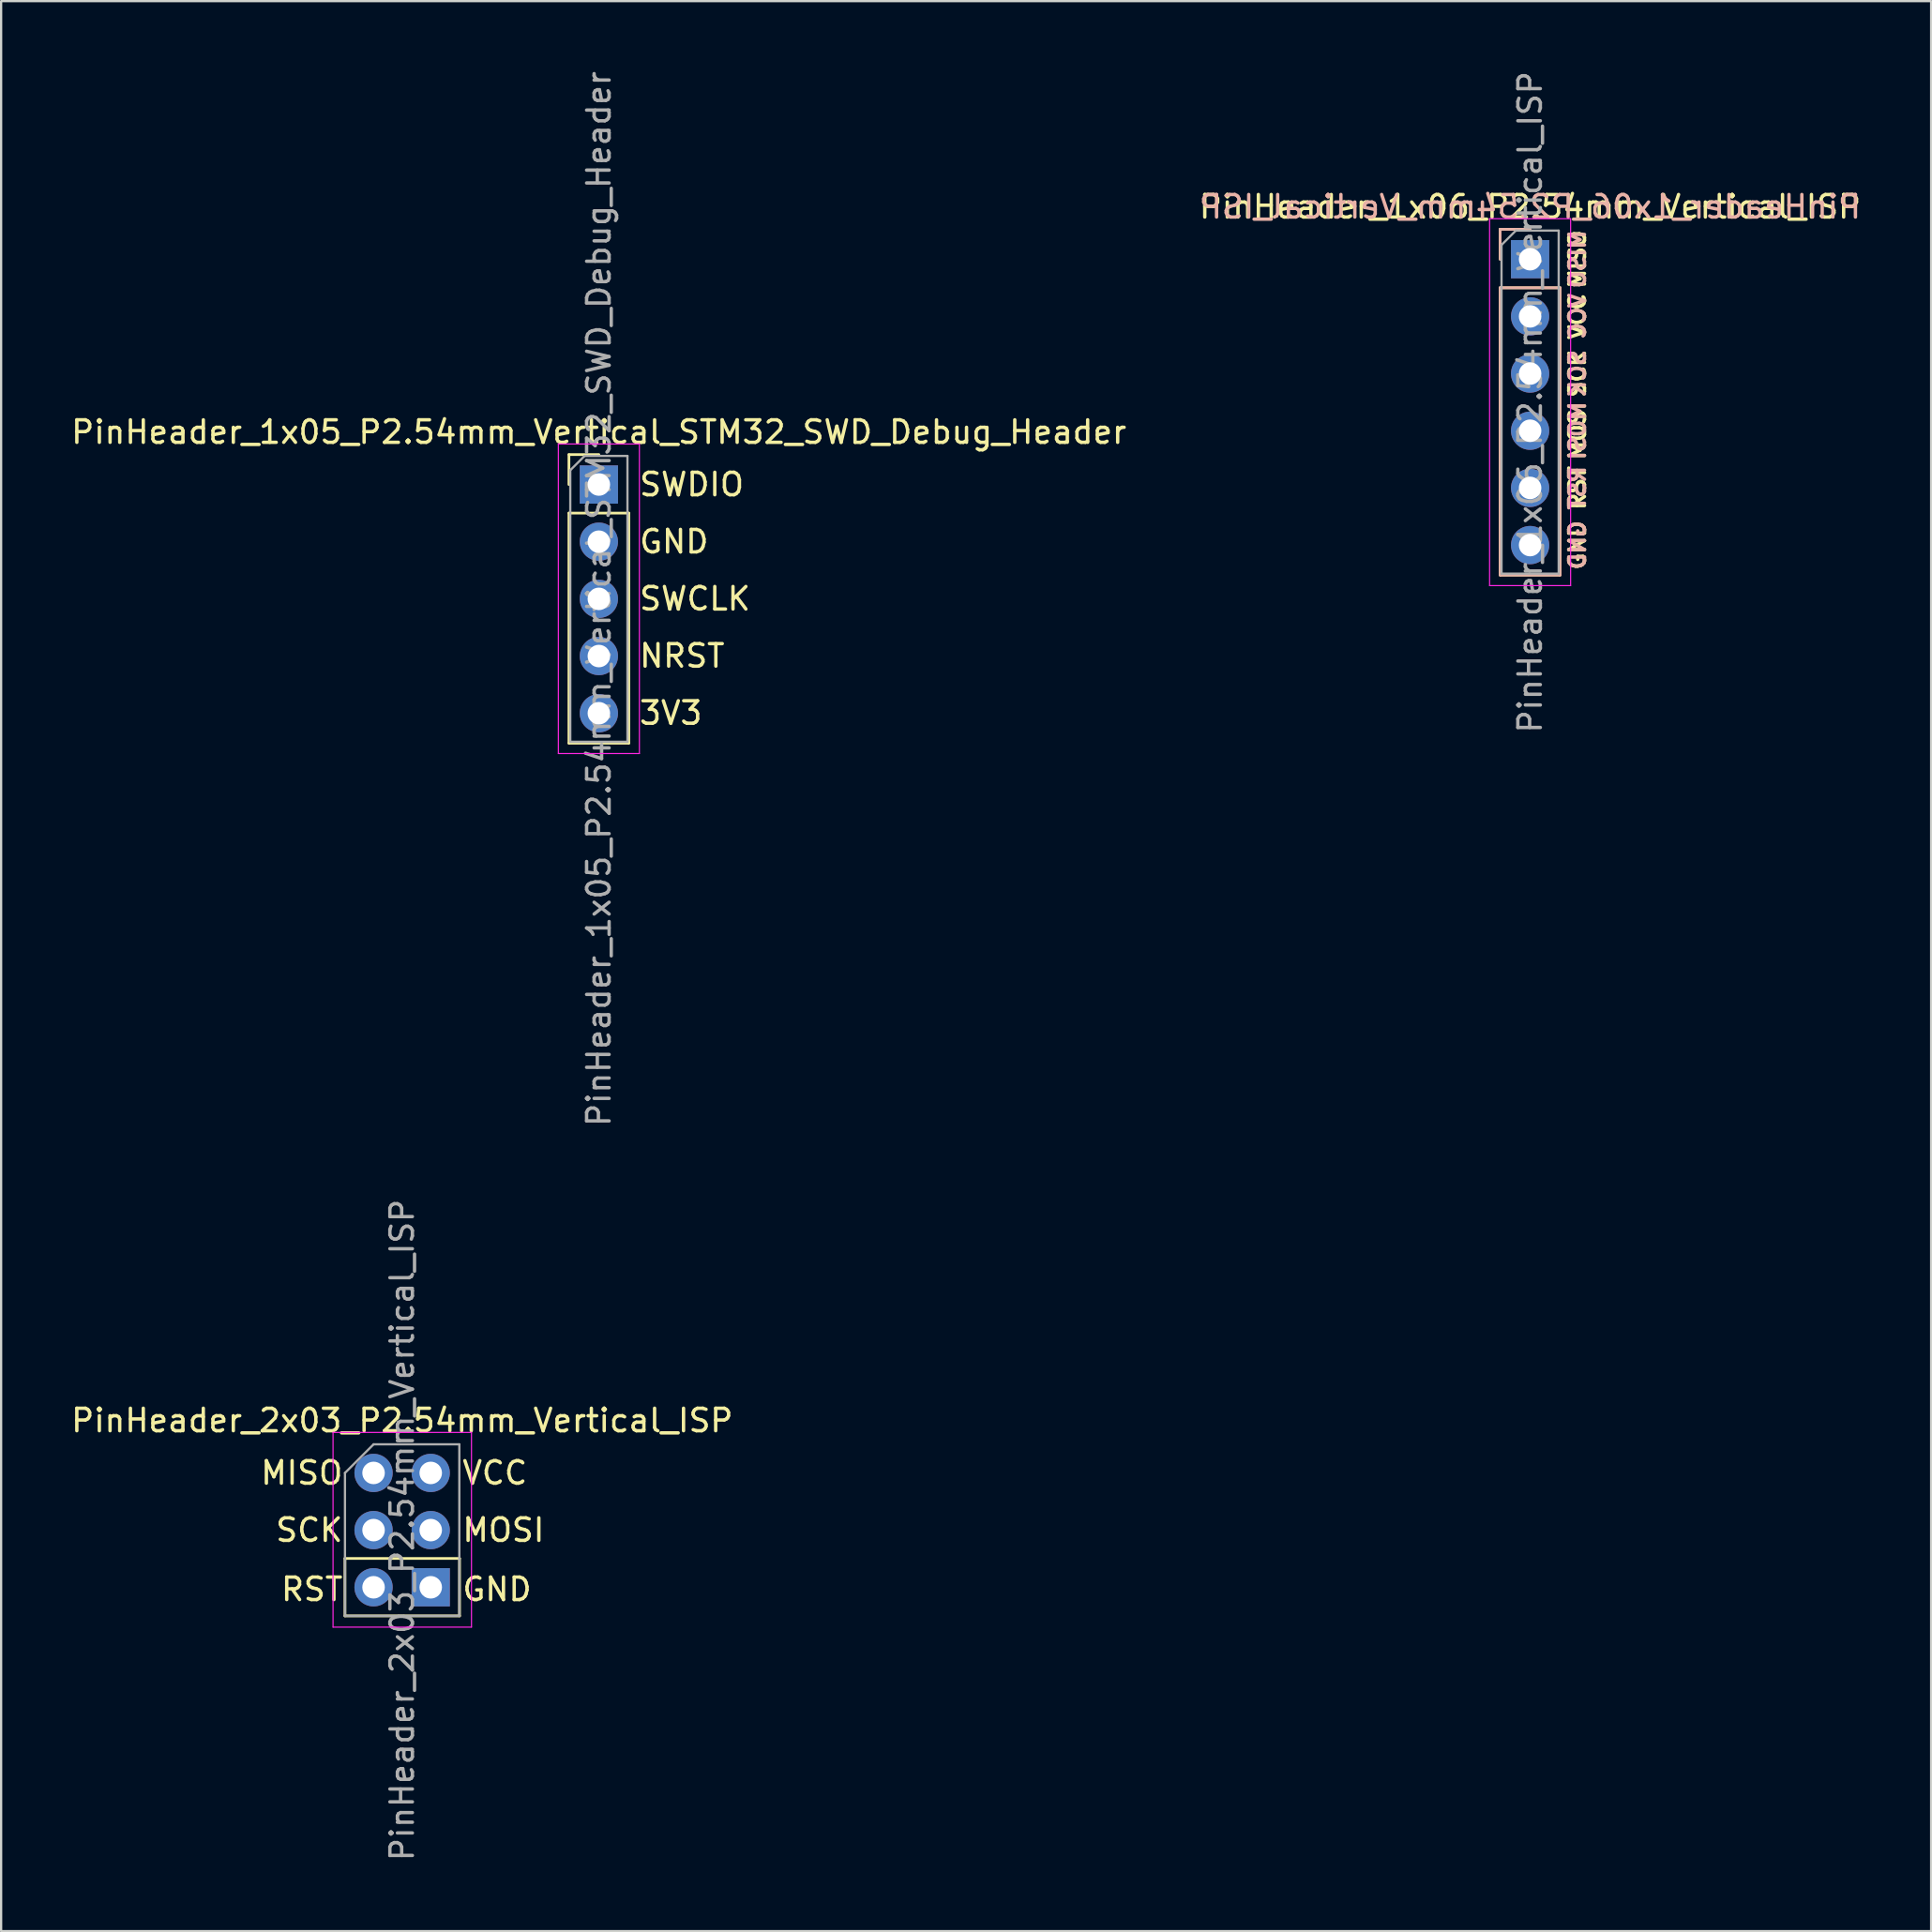
<source format=kicad_pcb>
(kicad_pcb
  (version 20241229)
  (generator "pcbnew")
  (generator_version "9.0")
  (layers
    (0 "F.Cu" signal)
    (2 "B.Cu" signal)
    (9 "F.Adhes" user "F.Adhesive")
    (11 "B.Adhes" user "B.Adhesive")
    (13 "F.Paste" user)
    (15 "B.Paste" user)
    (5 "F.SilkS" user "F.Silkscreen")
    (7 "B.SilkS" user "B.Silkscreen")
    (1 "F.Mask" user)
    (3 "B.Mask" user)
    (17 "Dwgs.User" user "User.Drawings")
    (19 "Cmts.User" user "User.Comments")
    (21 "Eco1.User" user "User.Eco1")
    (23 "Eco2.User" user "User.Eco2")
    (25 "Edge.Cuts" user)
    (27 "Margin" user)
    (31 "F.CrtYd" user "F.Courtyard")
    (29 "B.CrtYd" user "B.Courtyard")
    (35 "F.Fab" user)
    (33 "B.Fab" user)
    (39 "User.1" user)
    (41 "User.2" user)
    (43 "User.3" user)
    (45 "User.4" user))
  (footprint "PinHeader_2x03_P2.54mm_Vertical_ISP"
    (layer "F.Cu")
    (at 13.545 62.383)
    (property "Reference" "PinHeader_2x03_P2.54mm_Vertical_ISP" (at 1.27 -2.33 0) (layer "F.SilkS") (effects (font (size 1 1) (thickness 0.15))))
    (attr through_hole)
    (fp_line (start -1.27 3.8) (end 3.82 3.8) (stroke (width 0.12) (type solid)) (layer "F.SilkS"))
    (fp_line (start -1.27 6.35) (end -1.27 3.8) (stroke (width 0.12) (type solid)) (layer "F.SilkS"))
    (fp_line (start 3.82 3.8) (end 3.82 6.35) (stroke (width 0.12) (type solid)) (layer "F.SilkS"))
    (fp_line (start 3.82 6.35) (end -1.27 6.35) (stroke (width 0.12) (type solid)) (layer "F.SilkS"))
    (fp_line (start -1.8 -1.8) (end -1.8 6.85) (stroke (width 0.05) (type solid)) (layer "F.CrtYd"))
    (fp_line (start -1.8 6.85) (end 4.35 6.85) (stroke (width 0.05) (type solid)) (layer "F.CrtYd"))
    (fp_line (start 4.35 -1.8) (end -1.8 -1.8) (stroke (width 0.05) (type solid)) (layer "F.CrtYd"))
    (fp_line (start 4.35 6.85) (end 4.35 -1.8) (stroke (width 0.05) (type solid)) (layer "F.CrtYd"))
    (fp_line (start -1.27 0) (end 0 -1.27) (stroke (width 0.1) (type solid)) (layer "F.Fab"))
    (fp_line (start -1.27 6.35) (end -1.27 0) (stroke (width 0.1) (type solid)) (layer "F.Fab"))
    (fp_line (start 0 -1.27) (end 3.81 -1.27) (stroke (width 0.1) (type solid)) (layer "F.Fab"))
    (fp_line (start 3.81 -1.27) (end 3.81 6.35) (stroke (width 0.1) (type solid)) (layer "F.Fab"))
    (fp_line (start 3.81 6.35) (end -1.27 6.35) (stroke (width 0.1) (type solid)) (layer "F.Fab"))
    (fp_text user "MISO" (at -3.19 0 0) (layer "F.SilkS") (effects (font (size 1 1) (thickness 0.15))))
    (fp_text user "MOSI" (at 5.771 2.54 0) (layer "F.SilkS") (effects (font (size 1 1) (thickness 0.15))))
    (fp_text user "RST" (at -2.738 5.17 0) (layer "F.SilkS") (effects (font (size 1 1) (thickness 0.15))))
    (fp_text user "SCK" (at -2.857 2.54 0) (layer "F.SilkS") (effects (font (size 1 1) (thickness 0.15))))
    (fp_text user "GND" (at 5.485 5.17 0) (layer "F.SilkS") (effects (font (size 1 1) (thickness 0.15))))
    (fp_text user "VCC" (at 5.39 0 0) (layer "F.SilkS") (effects (font (size 1 1) (thickness 0.15))))
    (fp_text user "${REFERENCE}" (at 1.27 2.54 90) (layer "F.Fab") (effects (font (size 1 1) (thickness 0.15))))
    (pad "1" thru_hole circle (at 0 0) (size 1.7 1.7) (drill 1) (layers "*.Cu" "F.Mask"))
    (pad "2" thru_hole oval (at 2.54 0) (size 1.7 1.7) (drill 1) (layers "*.Cu" "F.Mask"))
    (pad "3" thru_hole oval (at 0 2.54) (size 1.7 1.7) (drill 1) (layers "*.Cu" "F.Mask"))
    (pad "4" thru_hole oval (at 2.54 2.54) (size 1.7 1.7) (drill 1) (layers "*.Cu" "F.Mask"))
    (pad "5" thru_hole oval (at 0 5.08) (size 1.7 1.7) (drill 1) (layers "*.Cu" "F.Mask"))
    (pad "6" thru_hole rect (at 2.54 5.08) (size 1.7 1.7) (drill 1) (layers "*.Cu" "F.Mask")))
  (footprint "PinHeader_1x05_P2.54mm_Vertical_STM32_SWD_Debug_Header"
    (layer "F.Cu")
    (at 23.554 18.474)
    (property "Reference" "PinHeader_1x05_P2.54mm_Vertical_STM32_SWD_Debug_Header" (at 0 -2.33 0) (layer "F.SilkS") (effects (font (size 1 1) (thickness 0.15))))
    (attr through_hole)
    (fp_line (start -1.33 -1.33) (end 0 -1.33) (stroke (width 0.12) (type solid)) (layer "F.SilkS"))
    (fp_line (start -1.33 0) (end -1.33 -1.33) (stroke (width 0.12) (type solid)) (layer "F.SilkS"))
    (fp_line (start -1.33 1.27) (end -1.33 11.49) (stroke (width 0.12) (type solid)) (layer "F.SilkS"))
    (fp_line (start -1.33 1.27) (end 1.33 1.27) (stroke (width 0.12) (type solid)) (layer "F.SilkS"))
    (fp_line (start -1.33 11.49) (end 1.33 11.49) (stroke (width 0.12) (type solid)) (layer "F.SilkS"))
    (fp_line (start 1.33 1.27) (end 1.33 11.49) (stroke (width 0.12) (type solid)) (layer "F.SilkS"))
    (fp_line (start -1.8 -1.8) (end -1.8 11.95) (stroke (width 0.05) (type solid)) (layer "F.CrtYd"))
    (fp_line (start -1.8 11.95) (end 1.8 11.95) (stroke (width 0.05) (type solid)) (layer "F.CrtYd"))
    (fp_line (start 1.8 -1.8) (end -1.8 -1.8) (stroke (width 0.05) (type solid)) (layer "F.CrtYd"))
    (fp_line (start 1.8 11.95) (end 1.8 -1.8) (stroke (width 0.05) (type solid)) (layer "F.CrtYd"))
    (fp_line (start -1.27 -0.635) (end -0.635 -1.27) (stroke (width 0.1) (type solid)) (layer "F.Fab"))
    (fp_line (start -1.27 11.43) (end -1.27 -0.635) (stroke (width 0.1) (type solid)) (layer "F.Fab"))
    (fp_line (start -0.635 -1.27) (end 1.27 -1.27) (stroke (width 0.1) (type solid)) (layer "F.Fab"))
    (fp_line (start 1.27 -1.27) (end 1.27 11.43) (stroke (width 0.1) (type solid)) (layer "F.Fab"))
    (fp_line (start 1.27 11.43) (end -1.27 11.43) (stroke (width 0.1) (type solid)) (layer "F.Fab"))
    (fp_text user "GND" (at 3.339 2.538 0) (layer "F.SilkS") (effects (font (size 1 1) (thickness 0.15))))
    (fp_text user "SWDIO" (at 4.125 0 0) (layer "F.SilkS") (effects (font (size 1 1) (thickness 0.15))))
    (fp_text user "NRST" (at 3.696 7.612 0) (layer "F.SilkS") (effects (font (size 1 1) (thickness 0.15))))
    (fp_text user "3V3" (at 3.196 10.15 0) (layer "F.SilkS") (effects (font (size 1 1) (thickness 0.15))))
    (fp_text user "SWCLK" (at 4.268 5.075 0) (layer "F.SilkS") (effects (font (size 1 1) (thickness 0.15))))
    (fp_text user "${REFERENCE}" (at 0 5.08 90) (layer "F.Fab") (effects (font (size 1 1) (thickness 0.15))))
    (pad "1" thru_hole oval (at 0 10.16) (size 1.7 1.7) (drill 1) (layers "*.Cu" "*.Mask"))
    (pad "2" thru_hole rect (at 0 0) (size 1.7 1.7) (drill 1) (layers "*.Cu" "*.Mask"))
    (pad "3" thru_hole oval (at 0 7.62) (size 1.7 1.7) (drill 1) (layers "*.Cu" "*.Mask"))
    (pad "4" thru_hole oval (at 0 5.08) (size 1.7 1.7) (drill 1) (layers "*.Cu" "*.Mask"))
    (pad "5" thru_hole oval (at 0 2.54) (size 1.7 1.7) (drill 1) (layers "*.Cu" "*.Mask")))
  (footprint "PinHeader_1x06_P2.54mm_Vertical_ISP"
    (layer "F.Cu")
    (at 64.923 8.465)
    (property "Reference" "PinHeader_1x06_P2.54mm_Vertical_ISP" (at 0 -2.33 0) (layer "F.SilkS") (effects (font (size 1 1) (thickness 0.15))))
    (attr through_hole)
    (fp_line (start -1.33 -1.33) (end 0 -1.33) (stroke (width 0.12) (type solid)) (layer "F.SilkS"))
    (fp_line (start -1.33 0) (end -1.33 -1.33) (stroke (width 0.12) (type solid)) (layer "F.SilkS"))
    (fp_line (start -1.33 1.27) (end -1.33 14.03) (stroke (width 0.12) (type solid)) (layer "F.SilkS"))
    (fp_line (start -1.33 1.27) (end 1.33 1.27) (stroke (width 0.12) (type solid)) (layer "F.SilkS"))
    (fp_line (start -1.33 14.03) (end 1.33 14.03) (stroke (width 0.12) (type solid)) (layer "F.SilkS"))
    (fp_line (start 1.33 1.27) (end 1.33 14.03) (stroke (width 0.12) (type solid)) (layer "F.SilkS"))
    (fp_line (start -1.33 -1.33) (end 0 -1.33) (stroke (width 0.12) (type solid)) (layer "B.SilkS"))
    (fp_line (start -1.33 0) (end -1.33 -1.33) (stroke (width 0.12) (type solid)) (layer "B.SilkS"))
    (fp_line (start -1.33 1.27) (end -1.33 14.03) (stroke (width 0.12) (type solid)) (layer "B.SilkS"))
    (fp_line (start -1.33 1.27) (end 1.33 1.27) (stroke (width 0.12) (type solid)) (layer "B.SilkS"))
    (fp_line (start -1.33 14.03) (end 1.33 14.03) (stroke (width 0.12) (type solid)) (layer "B.SilkS"))
    (fp_line (start 1.33 1.27) (end 1.33 14.03) (stroke (width 0.12) (type solid)) (layer "B.SilkS"))
    (fp_line (start -1.8 -1.8) (end -1.8 14.5) (stroke (width 0.05) (type solid)) (layer "F.CrtYd"))
    (fp_line (start -1.8 14.5) (end 1.8 14.5) (stroke (width 0.05) (type solid)) (layer "F.CrtYd"))
    (fp_line (start 1.8 -1.8) (end -1.8 -1.8) (stroke (width 0.05) (type solid)) (layer "F.CrtYd"))
    (fp_line (start 1.8 14.5) (end 1.8 -1.8) (stroke (width 0.05) (type solid)) (layer "F.CrtYd"))
    (fp_line (start -1.27 -0.635) (end -0.635 -1.27) (stroke (width 0.1) (type solid)) (layer "F.Fab"))
    (fp_line (start -1.27 13.97) (end -1.27 -0.635) (stroke (width 0.1) (type solid)) (layer "F.Fab"))
    (fp_line (start -0.635 -1.27) (end 1.27 -1.27) (stroke (width 0.1) (type solid)) (layer "F.Fab"))
    (fp_line (start 1.27 -1.27) (end 1.27 13.97) (stroke (width 0.1) (type solid)) (layer "F.Fab"))
    (fp_line (start 1.27 13.97) (end -1.27 13.97) (stroke (width 0.1) (type solid)) (layer "F.Fab"))
    (fp_text user "RST" (at 2.1 10.16 90) (layer "F.SilkS") (effects (font (size 0.7 0.7) (thickness 0.15))))
    (fp_text user "MOSI" (at 2.1 7.62 90) (layer "F.SilkS") (effects (font (size 0.7 0.7) (thickness 0.15))))
    (fp_text user "VCC" (at 2.1 2.54 90) (layer "F.SilkS") (effects (font (size 0.7 0.7) (thickness 0.15))))
    (fp_text user "SCK" (at 2.1 5.08 90) (layer "F.SilkS") (effects (font (size 0.7 0.7) (thickness 0.15))))
    (fp_text user "GND" (at 2.1 12.7 90) (layer "F.SilkS") (effects (font (size 0.7 0.7) (thickness 0.15))))
    (fp_text user "MISO" (at 2.1 0.000001 90) (layer "F.SilkS") (effects (font (size 0.7 0.7) (thickness 0.15))))
    (fp_text user "${REFERENCE}" (at 0 -2.33 0) (layer "B.SilkS") (effects (font (size 1 1) (thickness 0.15)) (justify mirror)))
    (fp_text user "SCK" (at 2.1 5.08 90) (layer "B.SilkS") (effects (font (size 0.7 0.7) (thickness 0.15)) (justify mirror)))
    (fp_text user "VCC" (at 2.1 2.54 90) (layer "B.SilkS") (effects (font (size 0.7 0.7) (thickness 0.15)) (justify mirror)))
    (fp_text user "GND" (at 2.1 12.7 90) (layer "B.SilkS") (effects (font (size 0.7 0.7) (thickness 0.15)) (justify mirror)))
    (fp_text user "RST" (at 2.1 10.16 90) (layer "B.SilkS") (effects (font (size 0.7 0.7) (thickness 0.15)) (justify mirror)))
    (fp_text user "MISO" (at 2.1 0.000001 90) (layer "B.SilkS") (effects (font (size 0.7 0.7) (thickness 0.15)) (justify mirror)))
    (fp_text user "MOSI" (at 2.1 7.62 90) (layer "B.SilkS") (effects (font (size 0.7 0.7) (thickness 0.15)) (justify mirror)))
    (fp_text user "${REFERENCE}" (at 0 6.35 90) (layer "F.Fab") (effects (font (size 1 1) (thickness 0.15))))
    (pad "1" thru_hole rect (at 0 0) (size 1.7 1.7) (drill 1) (layers "*.Cu" "*.Mask"))
    (pad "2" thru_hole oval (at 0 2.54) (size 1.7 1.7) (drill 1) (layers "*.Cu" "*.Mask"))
    (pad "3" thru_hole oval (at 0 5.08) (size 1.7 1.7) (drill 1) (layers "*.Cu" "*.Mask"))
    (pad "4" thru_hole oval (at 0 7.62) (size 1.7 1.7) (drill 1) (layers "*.Cu" "*.Mask"))
    (pad "5" thru_hole oval (at 0 10.16) (size 1.7 1.7) (drill 1) (layers "*.Cu" "*.Mask"))
    (pad "6" thru_hole oval (at 0 12.7) (size 1.7 1.7) (drill 1) (layers "*.Cu" "*.Mask")))
  (gr_rect
    (start -3 -3)
    (end 82.738 82.738)
    (stroke (width 0.1) (type default))
    (fill no)
    (layer "Edge.Cuts")))
</source>
